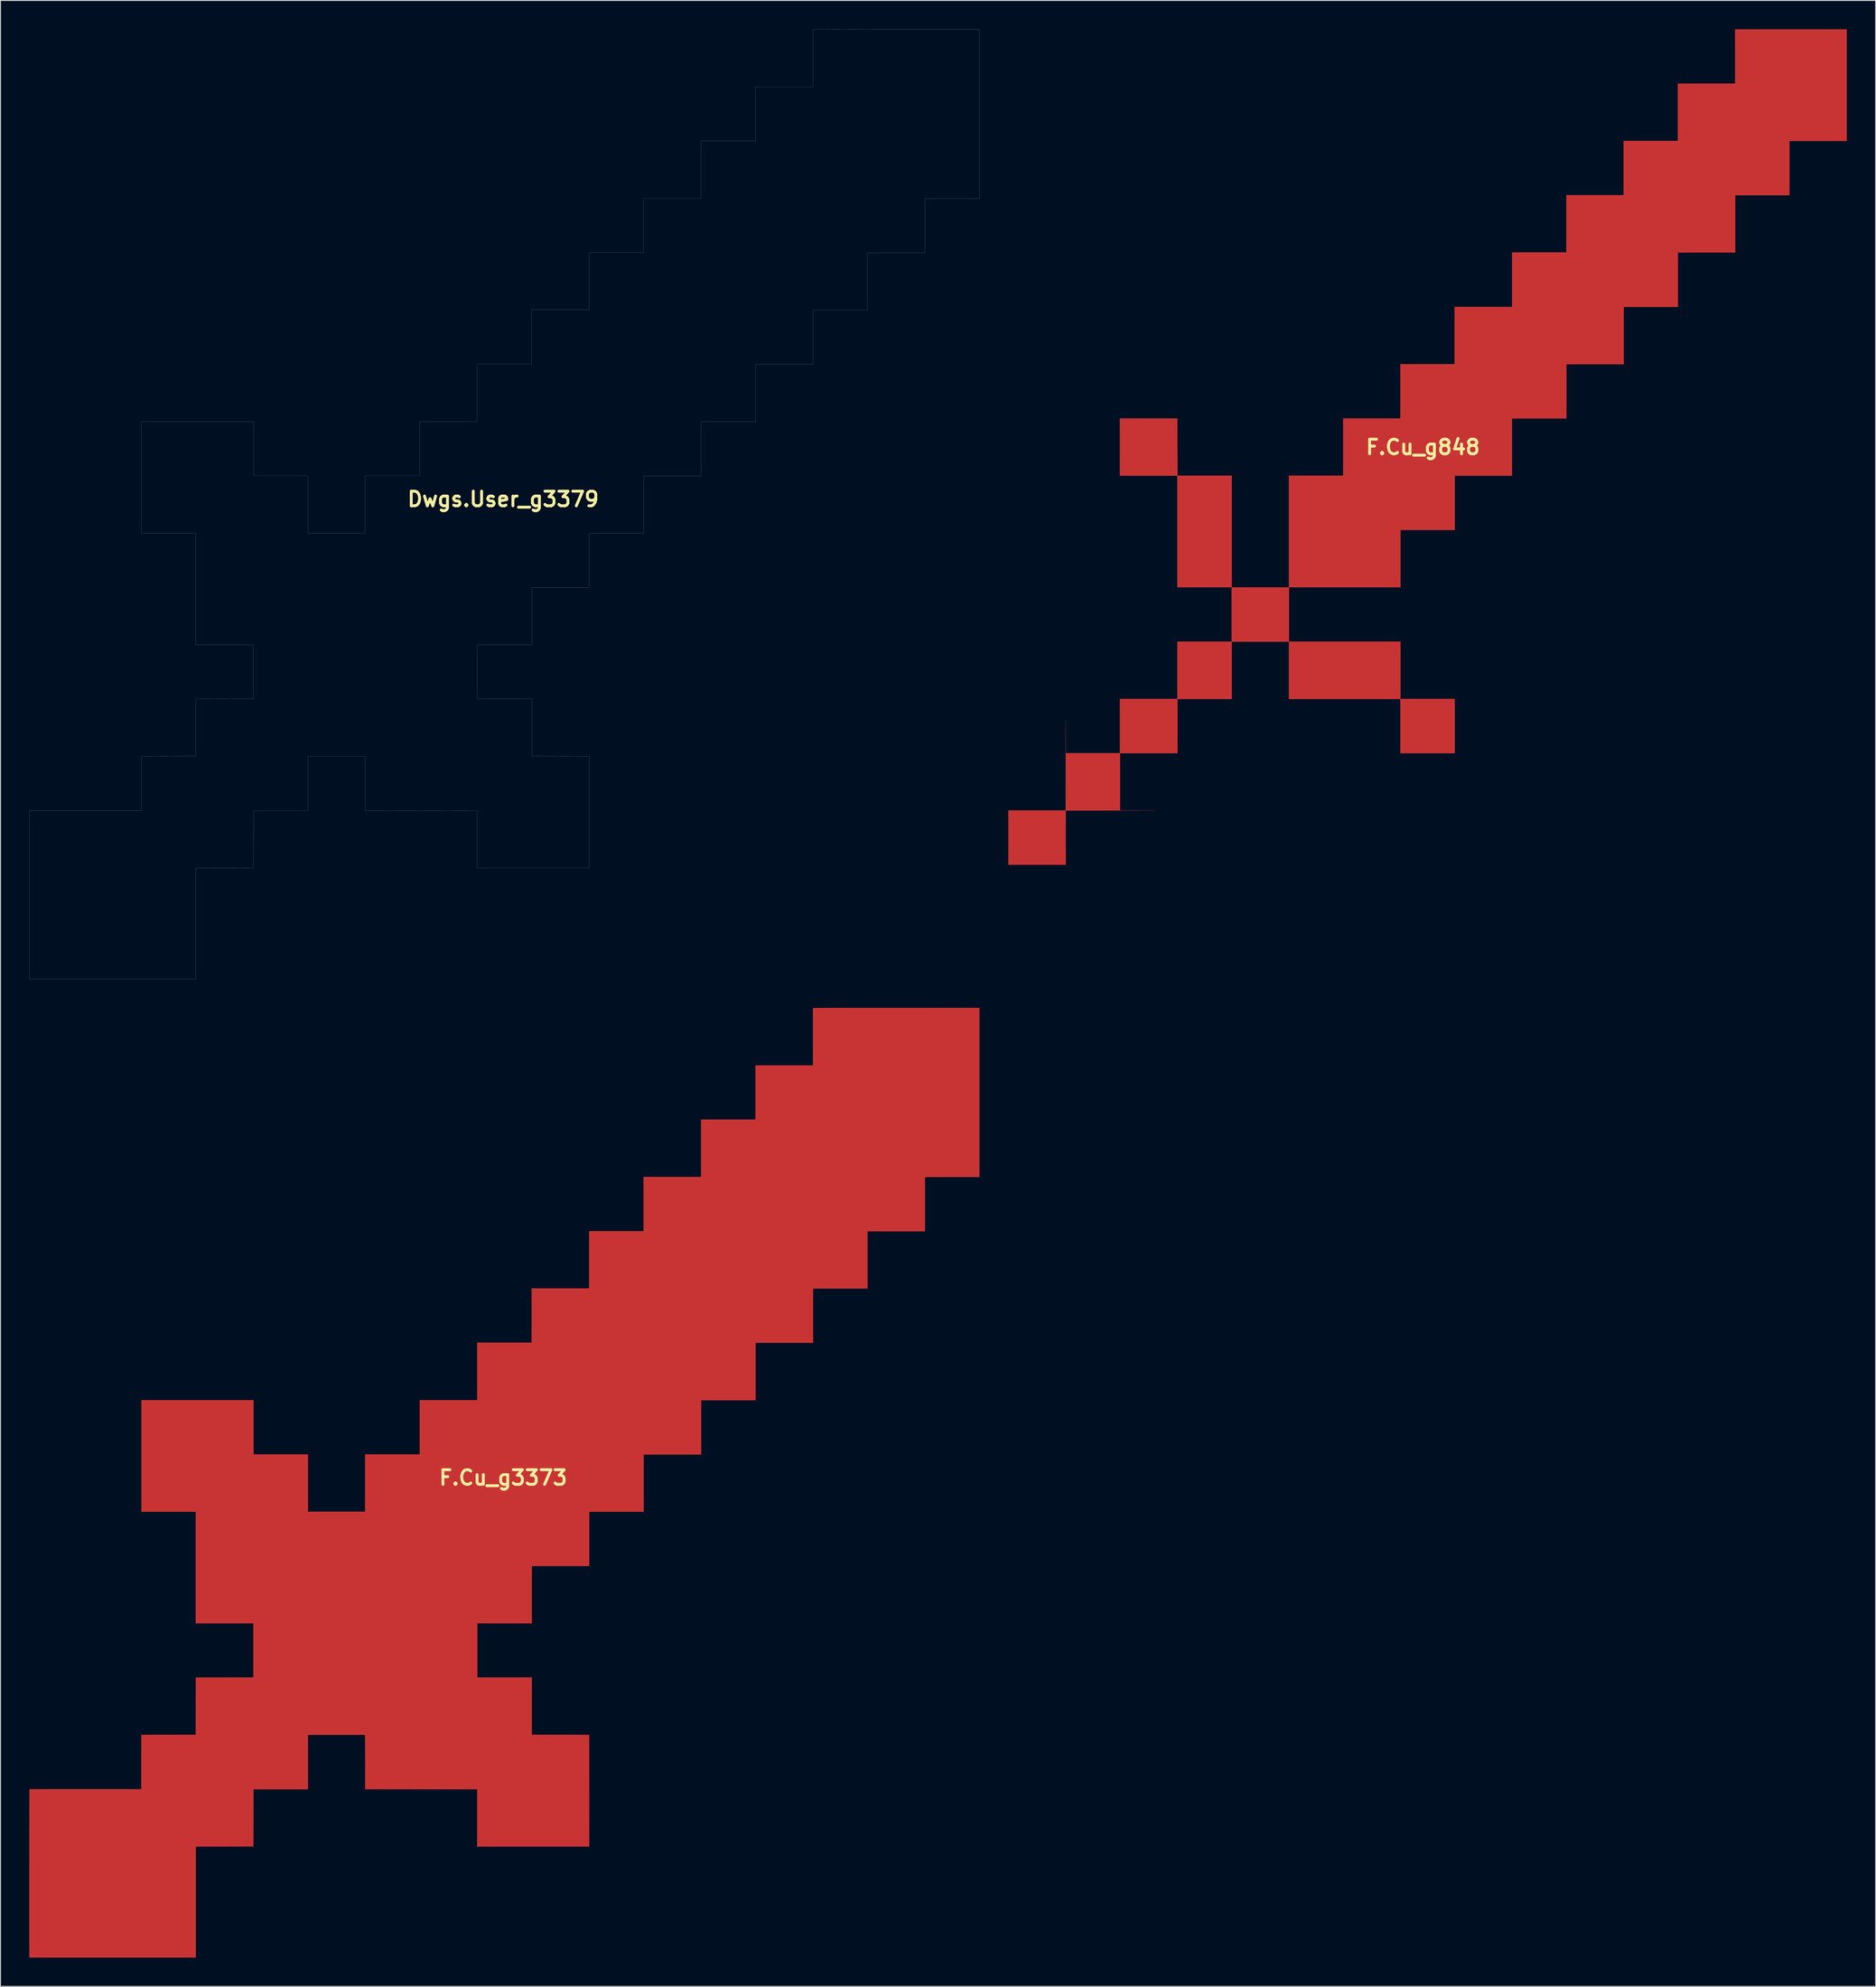
<source format=kicad_pcb>
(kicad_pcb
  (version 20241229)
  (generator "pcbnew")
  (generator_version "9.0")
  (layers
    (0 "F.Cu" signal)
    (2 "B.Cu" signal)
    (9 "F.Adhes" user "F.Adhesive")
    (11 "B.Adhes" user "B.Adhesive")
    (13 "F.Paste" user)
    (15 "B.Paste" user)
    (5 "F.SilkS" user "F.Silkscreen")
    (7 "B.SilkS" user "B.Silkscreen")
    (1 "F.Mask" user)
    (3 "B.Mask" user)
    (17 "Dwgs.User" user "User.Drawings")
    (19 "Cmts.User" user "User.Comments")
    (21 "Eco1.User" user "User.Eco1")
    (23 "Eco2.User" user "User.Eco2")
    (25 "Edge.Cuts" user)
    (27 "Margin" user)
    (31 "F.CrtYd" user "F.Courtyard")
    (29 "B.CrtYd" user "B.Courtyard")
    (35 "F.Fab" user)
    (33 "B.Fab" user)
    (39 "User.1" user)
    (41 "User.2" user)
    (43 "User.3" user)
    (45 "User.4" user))
  (footprint "F.Cu_g3373"
    (layer "F.Cu")
    (at 49.387 150.928)
    (property "Reference" "F.Cu_g3373" (at 0 0 0) (layer "F.SilkS") (effects (font (size 1.524 1.524) (thickness 0.3))))
    (attr through_hole)
    (fp_poly (pts (xy 49.636 -31.327) (xy 43.963 -31.327) (xy 43.963 -25.675) (xy 37.973 -25.675) (xy 37.973 -19.706) (xy 32.3 -19.706) (xy 32.3 -14.055) (xy 26.31 -14.055) (xy 26.31 -8.065) (xy 20.637 -8.065) (xy 20.637 -2.413) (xy 14.647 -2.413) (xy 14.647 3.556) (xy 8.975 3.556) (xy 8.975 9.207) (xy 2.985 9.207) (xy 2.985 15.177) (xy -2.688 15.177) (xy -2.688 20.807) (xy 2.985 20.807) (xy 2.985 26.776) (xy 5.974 26.781) (xy 8.964 26.786) (xy 8.969 32.613) (xy 8.975 38.439) (xy -2.709 38.439) (xy -2.709 32.47) (xy -8.546 32.464) (xy -14.383 32.459) (xy -14.388 29.628) (xy -14.393 26.797) (xy -20.341 26.797) (xy -20.341 32.47) (xy -26.014 32.47) (xy -26.019 35.449) (xy -26.024 38.428) (xy -32.025 38.439) (xy -32.025 49.996) (xy -49.382 49.996) (xy -49.382 41.479) (xy -49.382 40.879) (xy -49.382 40.288) (xy -49.382 39.708) (xy -49.381 39.141) (xy -49.381 38.587) (xy -49.381 38.05) (xy -49.38 37.529) (xy -49.38 37.027) (xy -49.379 36.545) (xy -49.379 36.084) (xy -49.378 35.646) (xy -49.378 35.232) (xy -49.377 34.845) (xy -49.376 34.484) (xy -49.375 34.153) (xy -49.375 33.851) (xy -49.374 33.581) (xy -49.373 33.345) (xy -49.372 33.143) (xy -49.371 32.977) (xy -49.37 32.849) (xy -49.369 32.76) (xy -49.368 32.711) (xy -49.368 32.706) (xy -49.354 32.449) (xy -37.719 32.449) (xy -37.714 29.617) (xy -37.708 26.786) (xy -34.877 26.781) (xy -32.046 26.776) (xy -32.041 23.797) (xy -32.036 20.817) (xy -29.035 20.812) (xy -26.035 20.807) (xy -26.035 15.177) (xy -32.046 15.177) (xy -32.046 3.556) (xy -37.698 3.556) (xy -37.698 -8.086) (xy -26.014 -8.086) (xy -26.014 -2.434) (xy -20.341 -2.434) (xy -20.341 3.535) (xy -14.393 3.535) (xy -14.393 -2.434) (xy -8.7 -2.434) (xy -8.7 -8.086) (xy -2.709 -8.086) (xy -2.709 -14.076) (xy 2.963 -14.076) (xy 2.963 -19.727) (xy 8.954 -19.727) (xy 8.954 -25.696) (xy 14.626 -25.696) (xy 14.626 -31.348) (xy 20.616 -31.348) (xy 20.616 -37.317) (xy 26.289 -37.317) (xy 26.289 -42.968) (xy 32.279 -42.968) (xy 32.279 -48.931) (xy 32.771 -48.944) (xy 32.828 -48.945) (xy 32.925 -48.946) (xy 33.062 -48.947) (xy 33.236 -48.948) (xy 33.447 -48.949) (xy 33.692 -48.95) (xy 33.97 -48.951) (xy 34.279 -48.952) (xy 34.618 -48.953) (xy 34.986 -48.953) (xy 35.38 -48.954) (xy 35.8 -48.955) (xy 36.243 -48.955) (xy 36.708 -48.956) (xy 37.194 -48.956) (xy 37.698 -48.957) (xy 38.22 -48.957) (xy 38.758 -48.958) (xy 39.31 -48.958) (xy 39.875 -48.958) (xy 40.451 -48.958) (xy 41.037 -48.958) (xy 41.45 -48.958) (xy 49.636 -48.959) (xy 49.636 -31.327)) (stroke (width 0.01) (type solid)) (fill yes) (layer "F.Cu")))
  (footprint "F.Cu_g848"
    (layer "F.Cu")
    (at 145.234 43.545)
    (property "Reference" "F.Cu_g848" (at 0 0 0) (layer "F.SilkS") (effects (font (size 1.524 1.524) (thickness 0.3))))
    (attr through_hole)
    (fp_poly (pts (xy 44.175 -31.898) (xy 38.206 -31.898) (xy 38.206 -26.247) (xy 32.554 -26.247) (xy 32.554 -20.278) (xy 26.585 -20.278) (xy 26.585 -14.605) (xy 20.934 -14.605) (xy 20.934 -8.636) (xy 14.965 -8.636) (xy 14.965 -2.985) (xy 9.292 -2.985) (xy 9.292 2.985) (xy 3.323 2.985) (xy 3.323 8.636) (xy -2.328 8.636) (xy -2.328 14.605) (xy -13.949 14.605) (xy -13.949 20.256) (xy -2.328 20.256) (xy -2.328 26.226) (xy 3.323 26.226) (xy 3.323 31.898) (xy -2.349 31.898) (xy -2.349 26.247) (xy -13.97 26.247) (xy -13.97 20.278) (xy -19.918 20.278) (xy -19.918 26.247) (xy -25.569 26.247) (xy -25.569 31.898) (xy -31.559 31.898) (xy -31.559 37.846) (xy -28.57 37.851) (xy -28.348 37.852) (xy -28.168 37.852) (xy -28.029 37.853) (xy -27.93 37.853) (xy -27.871 37.854) (xy -27.85 37.854) (xy -27.868 37.855) (xy -27.923 37.855) (xy -28.014 37.856) (xy -28.142 37.857) (xy -28.305 37.857) (xy -28.502 37.858) (xy -28.734 37.858) (xy -28.998 37.859) (xy -29.295 37.859) (xy -29.624 37.86) (xy -29.983 37.86) (xy -30.373 37.861) (xy -30.793 37.861) (xy -31.241 37.862) (xy -31.395 37.862) (xy -37.211 37.867) (xy -37.211 43.519) (xy -43.201 43.519) (xy -43.201 37.846) (xy -37.232 37.846) (xy -37.227 32.03) (xy -37.227 31.571) (xy -37.226 31.139) (xy -37.226 30.736) (xy -37.225 30.362) (xy -37.225 30.018) (xy -37.224 29.705) (xy -37.223 29.424) (xy -37.223 29.175) (xy -37.222 28.959) (xy -37.222 28.777) (xy -37.221 28.63) (xy -37.221 28.518) (xy -37.22 28.442) (xy -37.219 28.403) (xy -37.219 28.401) (xy -37.218 28.438) (xy -37.218 28.514) (xy -37.217 28.63) (xy -37.217 28.787) (xy -37.216 28.984) (xy -37.216 29.046) (xy -37.211 31.877) (xy -31.581 31.877) (xy -31.581 26.226) (xy -25.59 26.226) (xy -25.59 20.256) (xy -19.939 20.256) (xy -19.939 14.605) (xy -25.59 14.605) (xy -25.59 2.985) (xy -31.581 2.985) (xy -31.581 -3.006) (xy -28.58 -3) (xy -25.58 -2.995) (xy -25.575 -0.016) (xy -25.569 2.963) (xy -19.918 2.963) (xy -19.918 14.605) (xy -13.97 14.605) (xy -13.97 2.963) (xy -8.319 2.963) (xy -8.319 -3.006) (xy -2.349 -3.006) (xy -2.349 -8.657) (xy 3.302 -8.657) (xy 3.302 -14.626) (xy 9.292 -14.626) (xy 9.292 -20.299) (xy 14.944 -20.299) (xy 14.944 -26.268) (xy 20.913 -26.268) (xy 20.913 -31.919) (xy 26.564 -31.919) (xy 26.564 -37.888) (xy 32.533 -37.888) (xy 32.533 -43.54) (xy 44.175 -43.54) (xy 44.175 -31.898)) (stroke (width 0.01) (type solid)) (fill yes) (layer "F.Cu")))
  (footprint "Dwgs.User_g3379"
    (layer "F.Cu")
    (at 49.387 48.964)
    (property "Reference" "Dwgs.User_g3379" (at 0 0 0) (layer "F.SilkS") (effects (font (size 1.524 1.524) (thickness 0.3))))
    (attr through_hole)
    (fp_poly (pts (xy 49.636 -31.327) (xy 43.963 -31.327) (xy 43.963 -25.675) (xy 37.973 -25.675) (xy 37.973 -19.706) (xy 32.3 -19.706) (xy 32.3 -14.055) (xy 26.31 -14.055) (xy 26.31 -8.065) (xy 20.637 -8.065) (xy 20.637 -2.413) (xy 14.647 -2.413) (xy 14.647 3.556) (xy 8.975 3.556) (xy 8.975 9.207) (xy 2.985 9.207) (xy 2.985 15.177) (xy -2.688 15.177) (xy -2.688 20.807) (xy 2.985 20.807) (xy 2.985 26.776) (xy 5.974 26.781) (xy 8.964 26.786) (xy 8.969 32.613) (xy 8.975 38.439) (xy -2.709 38.439) (xy -2.709 32.47) (xy -8.546 32.464) (xy -14.383 32.459) (xy -14.388 29.628) (xy -14.393 26.797) (xy -20.341 26.797) (xy -20.341 32.47) (xy -26.014 32.47) (xy -26.019 35.449) (xy -26.024 38.428) (xy -32.025 38.439) (xy -32.025 49.996) (xy -49.382 49.996) (xy -49.382 41.479) (xy -49.382 40.879) (xy -49.382 40.288) (xy -49.382 39.708) (xy -49.381 39.141) (xy -49.381 38.587) (xy -49.381 38.05) (xy -49.38 37.529) (xy -49.38 37.027) (xy -49.379 36.545) (xy -49.379 36.084) (xy -49.378 35.646) (xy -49.378 35.232) (xy -49.377 34.845) (xy -49.376 34.484) (xy -49.375 34.153) (xy -49.375 33.851) (xy -49.374 33.581) (xy -49.373 33.345) (xy -49.372 33.143) (xy -49.371 32.977) (xy -49.37 32.849) (xy -49.369 32.76) (xy -49.368 32.711) (xy -49.368 32.706) (xy -49.354 32.449) (xy -37.719 32.449) (xy -37.714 29.617) (xy -37.708 26.786) (xy -34.877 26.781) (xy -32.046 26.776) (xy -32.041 23.797) (xy -32.036 20.817) (xy -29.035 20.812) (xy -26.035 20.807) (xy -26.035 15.177) (xy -32.046 15.177) (xy -32.046 3.556) (xy -37.698 3.556) (xy -37.698 -8.086) (xy -26.014 -8.086) (xy -26.014 -2.434) (xy -20.341 -2.434) (xy -20.341 3.535) (xy -14.393 3.535) (xy -14.393 -2.434) (xy -8.7 -2.434) (xy -8.7 -8.086) (xy -2.709 -8.086) (xy -2.709 -14.076) (xy 2.963 -14.076) (xy 2.963 -19.727) (xy 8.954 -19.727) (xy 8.954 -25.696) (xy 14.626 -25.696) (xy 14.626 -31.348) (xy 20.616 -31.348) (xy 20.616 -37.317) (xy 26.289 -37.317) (xy 26.289 -42.968) (xy 32.279 -42.968) (xy 32.279 -48.931) (xy 32.771 -48.944) (xy 32.828 -48.945) (xy 32.925 -48.946) (xy 33.062 -48.947) (xy 33.236 -48.948) (xy 33.447 -48.949) (xy 33.692 -48.95) (xy 33.97 -48.951) (xy 34.279 -48.952) (xy 34.618 -48.953) (xy 34.986 -48.953) (xy 35.38 -48.954) (xy 35.8 -48.955) (xy 36.243 -48.955) (xy 36.708 -48.956) (xy 37.194 -48.956) (xy 37.698 -48.957) (xy 38.22 -48.957) (xy 38.758 -48.958) (xy 39.31 -48.958) (xy 39.875 -48.958) (xy 40.451 -48.958) (xy 41.037 -48.958) (xy 41.45 -48.958) (xy 49.636 -48.959) (xy 49.636 -31.327)) (stroke (width 0.01) (type solid)) (fill no) (layer "Dwgs.User")))
  (gr_rect
    (start -3 -3)
    (end 192.414 203.928)
    (stroke (width 0.1) (type default))
    (fill no)
    (layer "Edge.Cuts")))
</source>
